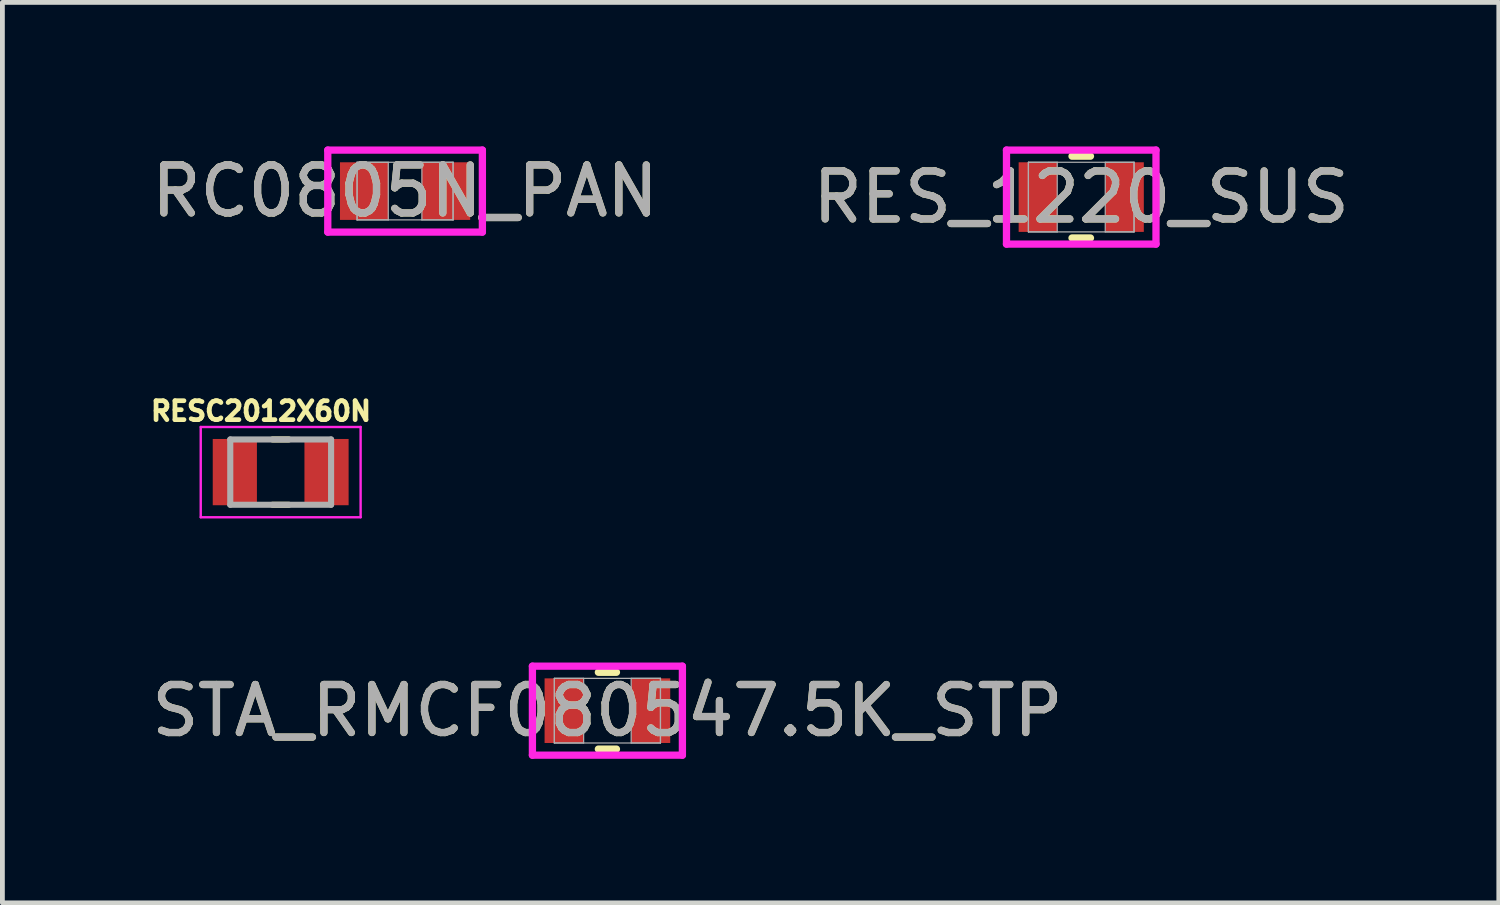
<source format=kicad_pcb>
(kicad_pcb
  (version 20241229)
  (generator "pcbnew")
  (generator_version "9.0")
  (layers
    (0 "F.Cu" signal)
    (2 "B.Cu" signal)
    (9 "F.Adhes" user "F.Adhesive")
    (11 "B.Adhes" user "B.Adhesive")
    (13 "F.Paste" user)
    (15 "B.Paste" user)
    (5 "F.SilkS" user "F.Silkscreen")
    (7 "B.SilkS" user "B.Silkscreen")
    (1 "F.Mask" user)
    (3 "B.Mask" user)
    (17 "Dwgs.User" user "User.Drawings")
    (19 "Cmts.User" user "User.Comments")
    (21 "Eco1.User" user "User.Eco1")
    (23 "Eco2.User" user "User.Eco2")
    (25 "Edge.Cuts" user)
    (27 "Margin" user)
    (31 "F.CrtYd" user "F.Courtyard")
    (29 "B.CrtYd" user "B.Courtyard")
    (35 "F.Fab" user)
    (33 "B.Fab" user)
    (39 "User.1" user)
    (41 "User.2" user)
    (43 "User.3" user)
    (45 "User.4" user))
  (footprint "RES_1220_SUS"
    (layer "F.Cu")
    (at 19.47 1.055)
    (property "Reference" "RES_1220_SUS" (at 0 0 0) (unlocked yes) (layer "F.SilkS") (effects (font (size 1 1) (thickness 0.15))))
    (attr smd)
    (fp_line (start -0.192 0.852) (end 0.192 0.852) (stroke (width 0.152) (type solid)) (layer "F.SilkS"))
    (fp_line (start 0.192 -0.852) (end -0.192 -0.852) (stroke (width 0.152) (type solid)) (layer "F.SilkS"))
    (fp_line (start -1.557 -0.979) (end 1.557 -0.979) (stroke (width 0.152) (type solid)) (layer "F.CrtYd"))
    (fp_line (start -1.557 0.979) (end -1.557 -0.979) (stroke (width 0.152) (type solid)) (layer "F.CrtYd"))
    (fp_line (start 1.557 -0.979) (end 1.557 0.979) (stroke (width 0.152) (type solid)) (layer "F.CrtYd"))
    (fp_line (start 1.557 0.979) (end -1.557 0.979) (stroke (width 0.152) (type solid)) (layer "F.CrtYd"))
    (fp_line (start -1.1 -0.725) (end -1.1 0.725) (stroke (width 0.025) (type solid)) (layer "F.Fab"))
    (fp_line (start -1.1 -0.725) (end -1.1 0.725) (stroke (width 0.025) (type solid)) (layer "F.Fab"))
    (fp_line (start -1.1 0.725) (end -0.5 0.725) (stroke (width 0.025) (type solid)) (layer "F.Fab"))
    (fp_line (start -1.1 0.725) (end 1.1 0.725) (stroke (width 0.025) (type solid)) (layer "F.Fab"))
    (fp_line (start -0.5 -0.725) (end -1.1 -0.725) (stroke (width 0.025) (type solid)) (layer "F.Fab"))
    (fp_line (start -0.5 0.725) (end -0.5 -0.725) (stroke (width 0.025) (type solid)) (layer "F.Fab"))
    (fp_line (start 0.5 -0.725) (end 0.5 0.725) (stroke (width 0.025) (type solid)) (layer "F.Fab"))
    (fp_line (start 0.5 0.725) (end 1.1 0.725) (stroke (width 0.025) (type solid)) (layer "F.Fab"))
    (fp_line (start 1.1 -0.725) (end -1.1 -0.725) (stroke (width 0.025) (type solid)) (layer "F.Fab"))
    (fp_line (start 1.1 -0.725) (end 0.5 -0.725) (stroke (width 0.025) (type solid)) (layer "F.Fab"))
    (fp_line (start 1.1 0.725) (end 1.1 -0.725) (stroke (width 0.025) (type solid)) (layer "F.Fab"))
    (fp_line (start 1.1 0.725) (end 1.1 -0.725) (stroke (width 0.025) (type solid)) (layer "F.Fab"))
    (fp_text user "${REFERENCE}" (at 0 0 0) (unlocked yes) (layer "F.Fab") (effects (font (size 1 1) (thickness 0.15))))
    (pad "1" smd rect (at -0.902 0) (size 0.803 1.45) (layers "F.Cu" "F.Mask" "F.Paste"))
    (pad "2" smd rect (at 0.902 0) (size 0.803 1.45) (layers "F.Cu" "F.Mask" "F.Paste"))
    (zone (net_name "") (layer "F.Cu") (hatch full 0.508) (connect_pads) (min_thickness 0.254) (filled_areas_thickness no) (keepout (tracks not_allowed) (vias not_allowed) (pads allowed) (copperpour not_allowed) (footprints allowed)) (placement (enabled no)) (fill) (polygon (pts (xy 19.021 0.381) (xy 19.919 0.381) (xy 19.919 1.729) (xy 19.021 1.729)))))
  (footprint "RC0805N_PAN"
    (layer "F.Cu")
    (at 5.387 0.93)
    (property "Reference" "RC0805N_PAN" (at 0 0 0) (unlocked yes) (layer "F.SilkS") (effects (font (size 1 1) (thickness 0.15))))
    (attr smd)
    (fp_line (start -1.61 -0.854) (end 1.61 -0.854) (stroke (width 0.152) (type solid)) (layer "F.CrtYd"))
    (fp_line (start -1.61 0.854) (end -1.61 -0.854) (stroke (width 0.152) (type solid)) (layer "F.CrtYd"))
    (fp_line (start 1.61 -0.854) (end 1.61 0.854) (stroke (width 0.152) (type solid)) (layer "F.CrtYd"))
    (fp_line (start 1.61 0.854) (end -1.61 0.854) (stroke (width 0.152) (type solid)) (layer "F.CrtYd"))
    (fp_line (start -1 -0.6) (end -1 0.6) (stroke (width 0.025) (type solid)) (layer "F.Fab"))
    (fp_line (start -1 -0.6) (end -1 0.6) (stroke (width 0.025) (type solid)) (layer "F.Fab"))
    (fp_line (start -1 0.6) (end -0.35 0.6) (stroke (width 0.025) (type solid)) (layer "F.Fab"))
    (fp_line (start -1 0.6) (end 1 0.6) (stroke (width 0.025) (type solid)) (layer "F.Fab"))
    (fp_line (start -0.35 -0.6) (end -1 -0.6) (stroke (width 0.025) (type solid)) (layer "F.Fab"))
    (fp_line (start -0.35 0.6) (end -0.35 -0.6) (stroke (width 0.025) (type solid)) (layer "F.Fab"))
    (fp_line (start 0.35 -0.6) (end 0.35 0.6) (stroke (width 0.025) (type solid)) (layer "F.Fab"))
    (fp_line (start 0.35 0.6) (end 1 0.6) (stroke (width 0.025) (type solid)) (layer "F.Fab"))
    (fp_line (start 1 -0.6) (end -1 -0.6) (stroke (width 0.025) (type solid)) (layer "F.Fab"))
    (fp_line (start 1 -0.6) (end 0.35 -0.6) (stroke (width 0.025) (type solid)) (layer "F.Fab"))
    (fp_line (start 1 0.6) (end 1 -0.6) (stroke (width 0.025) (type solid)) (layer "F.Fab"))
    (fp_line (start 1 0.6) (end 1 -0.6) (stroke (width 0.025) (type solid)) (layer "F.Fab"))
    (fp_text user "${REFERENCE}" (at 0 0 0) (unlocked yes) (layer "F.Fab") (effects (font (size 1 1) (thickness 0.15))))
    (pad "1" smd rect (at -0.853 0) (size 1.006 1.2) (layers "F.Cu" "F.Mask" "F.Paste"))
    (pad "2" smd rect (at 0.853 0) (size 1.006 1.2) (layers "F.Cu" "F.Mask" "F.Paste"))
    (zone (net_name "") (layer "F.Cu") (hatch full 0.508) (connect_pads) (min_thickness 0.254) (filled_areas_thickness no) (keepout (tracks not_allowed) (vias not_allowed) (pads allowed) (copperpour not_allowed) (footprints allowed)) (placement (enabled no)) (fill) (polygon (pts (xy 5.088 0.381) (xy 5.686 0.381) (xy 5.686 1.479) (xy 5.088 1.479)))))
  (footprint "RESC2012X60N"
    (layer "F.Cu")
    (at 2.796 6.783)
    (property "Reference" "RESC2012X60N" (at -0.41 -1.27 0) (layer "F.SilkS") (effects (font (size 0.394 0.394) (thickness 0.15))))
    (attr smd)
    (fp_line (start -0.17 -0.68) (end 0.17 -0.68) (stroke (width 0.127) (type solid)) (layer "F.SilkS"))
    (fp_line (start -0.17 0.68) (end 0.17 0.68) (stroke (width 0.127) (type solid)) (layer "F.SilkS"))
    (fp_line (start -1.665 -0.94) (end 1.665 -0.94) (stroke (width 0.05) (type solid)) (layer "F.CrtYd"))
    (fp_line (start -1.665 0.94) (end -1.665 -0.94) (stroke (width 0.05) (type solid)) (layer "F.CrtYd"))
    (fp_line (start -1.665 0.94) (end 1.665 0.94) (stroke (width 0.05) (type solid)) (layer "F.CrtYd"))
    (fp_line (start 1.665 0.94) (end 1.665 -0.94) (stroke (width 0.05) (type solid)) (layer "F.CrtYd"))
    (fp_line (start -1.05 0.68) (end -1.05 -0.68) (stroke (width 0.127) (type solid)) (layer "F.Fab"))
    (fp_line (start 1.05 -0.68) (end -1.05 -0.68) (stroke (width 0.127) (type solid)) (layer "F.Fab"))
    (fp_line (start 1.05 0.68) (end -1.05 0.68) (stroke (width 0.127) (type solid)) (layer "F.Fab"))
    (fp_line (start 1.05 0.68) (end 1.05 -0.68) (stroke (width 0.127) (type solid)) (layer "F.Fab"))
    (pad "1" smd rect (at -0.955 0) (size 0.92 1.38) (layers "F.Cu" "F.Mask" "F.Paste"))
    (pad "2" smd rect (at 0.955 0) (size 0.92 1.38) (layers "F.Cu" "F.Mask" "F.Paste")))
  (footprint "STA_RMCF080547.5K_STP"
    (layer "F.Cu")
    (at 9.601 11.752)
    (property "Reference" "STA_RMCF080547.5K_STP" (at 0 0 0) (unlocked yes) (layer "F.SilkS") (effects (font (size 1 1) (thickness 0.15))))
    (attr smd)
    (fp_line (start -0.188 0.8) (end 0.188 0.8) (stroke (width 0.152) (type solid)) (layer "F.SilkS"))
    (fp_line (start 0.188 -0.8) (end -0.188 -0.8) (stroke (width 0.152) (type solid)) (layer "F.SilkS"))
    (fp_line (start -1.562 -0.927) (end 1.562 -0.927) (stroke (width 0.152) (type solid)) (layer "F.CrtYd"))
    (fp_line (start -1.562 0.927) (end -1.562 -0.927) (stroke (width 0.152) (type solid)) (layer "F.CrtYd"))
    (fp_line (start 1.562 -0.927) (end 1.562 0.927) (stroke (width 0.152) (type solid)) (layer "F.CrtYd"))
    (fp_line (start 1.562 0.927) (end -1.562 0.927) (stroke (width 0.152) (type solid)) (layer "F.CrtYd"))
    (fp_line (start -1.105 -0.673) (end -1.105 0.673) (stroke (width 0.025) (type solid)) (layer "F.Fab"))
    (fp_line (start -1.105 -0.673) (end -1.105 0.673) (stroke (width 0.025) (type solid)) (layer "F.Fab"))
    (fp_line (start -1.105 0.673) (end -0.495 0.673) (stroke (width 0.025) (type solid)) (layer "F.Fab"))
    (fp_line (start -1.105 0.673) (end 1.105 0.673) (stroke (width 0.025) (type solid)) (layer "F.Fab"))
    (fp_line (start -0.495 -0.673) (end -1.105 -0.673) (stroke (width 0.025) (type solid)) (layer "F.Fab"))
    (fp_line (start -0.495 0.673) (end -0.495 -0.673) (stroke (width 0.025) (type solid)) (layer "F.Fab"))
    (fp_line (start 0.495 -0.673) (end 0.495 0.673) (stroke (width 0.025) (type solid)) (layer "F.Fab"))
    (fp_line (start 0.495 0.673) (end 1.105 0.673) (stroke (width 0.025) (type solid)) (layer "F.Fab"))
    (fp_line (start 1.105 -0.673) (end -1.105 -0.673) (stroke (width 0.025) (type solid)) (layer "F.Fab"))
    (fp_line (start 1.105 -0.673) (end 0.495 -0.673) (stroke (width 0.025) (type solid)) (layer "F.Fab"))
    (fp_line (start 1.105 0.673) (end 1.105 -0.673) (stroke (width 0.025) (type solid)) (layer "F.Fab"))
    (fp_line (start 1.105 0.673) (end 1.105 -0.673) (stroke (width 0.025) (type solid)) (layer "F.Fab"))
    (fp_text user "${REFERENCE}" (at 0 0 0) (unlocked yes) (layer "F.Fab") (effects (font (size 1 1) (thickness 0.15))))
    (pad "1" smd rect (at -0.902 0) (size 0.813 1.346) (layers "F.Cu" "F.Mask" "F.Paste"))
    (pad "2" smd rect (at 0.902 0) (size 0.813 1.346) (layers "F.Cu" "F.Mask" "F.Paste"))
    (zone (net_name "") (layer "F.Cu") (hatch full 0.508) (connect_pads) (min_thickness 0.254) (filled_areas_thickness no) (keepout (tracks not_allowed) (vias not_allowed) (pads allowed) (copperpour not_allowed) (footprints allowed)) (placement (enabled no)) (fill) (polygon (pts (xy 9.157 11.129) (xy 10.046 11.129) (xy 10.046 12.374) (xy 9.157 12.374)))))
  (gr_rect
    (start -3 -3)
    (end 28.167 15.755)
    (stroke (width 0.1) (type default))
    (fill no)
    (layer "Edge.Cuts")))
</source>
